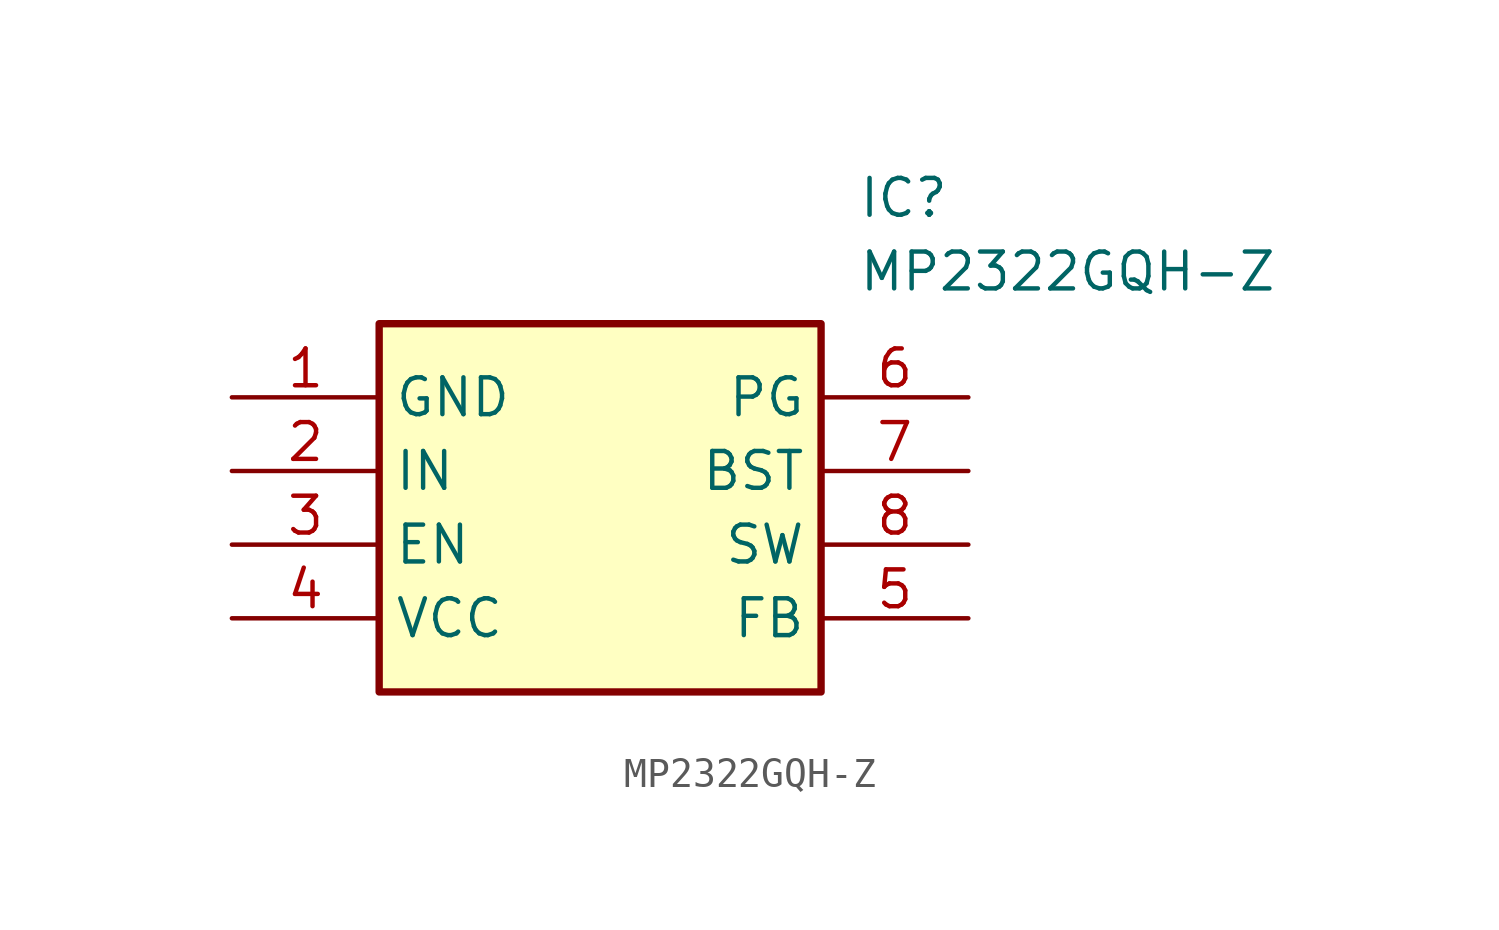
<source format=kicad_sym>
(kicad_symbol_lib
  (version 20241209)
  (generator "kicad_symbol_editor")
  (generator_version "9.0")
  (symbol "MP2322GQH-Z"
    (property "Reference" "IC"
      (at 21.59 7.62 0)
      (effects (font (size 1.27 1.27)) (justify left top)))
    (property "Value" "MP2322GQH-Z"
      (at 21.59 5.08 0)
      (effects (font (size 1.27 1.27)) (justify left top)))
    (symbol "MP2322GQH-Z_1_1"
      (rectangle (start 5.08 2.54) (end 20.32 -10.16) (stroke (width 0.254) (type default)) (fill (type background)))
      (pin passive line (at 0 0 0) (length 5.08) (name "GND" (effects (font (size 1.27 1.27)))) (number "1" (effects (font (size 1.27 1.27)))))
      (pin passive line (at 0 -2.54 0) (length 5.08) (name "IN" (effects (font (size 1.27 1.27)))) (number "2" (effects (font (size 1.27 1.27)))))
      (pin passive line (at 0 -5.08 0) (length 5.08) (name "EN" (effects (font (size 1.27 1.27)))) (number "3" (effects (font (size 1.27 1.27)))))
      (pin passive line (at 0 -7.62 0) (length 5.08) (name "VCC" (effects (font (size 1.27 1.27)))) (number "4" (effects (font (size 1.27 1.27)))))
      (pin passive line (at 25.4 0 180) (length 5.08) (name "PG" (effects (font (size 1.27 1.27)))) (number "6" (effects (font (size 1.27 1.27)))))
      (pin passive line (at 25.4 -2.54 180) (length 5.08) (name "BST" (effects (font (size 1.27 1.27)))) (number "7" (effects (font (size 1.27 1.27)))))
      (pin passive line (at 25.4 -5.08 180) (length 5.08) (name "SW" (effects (font (size 1.27 1.27)))) (number "8" (effects (font (size 1.27 1.27)))))
      (pin passive line (at 25.4 -7.62 180) (length 5.08) (name "FB" (effects (font (size 1.27 1.27)))) (number "5" (effects (font (size 1.27 1.27))))))))
</source>
